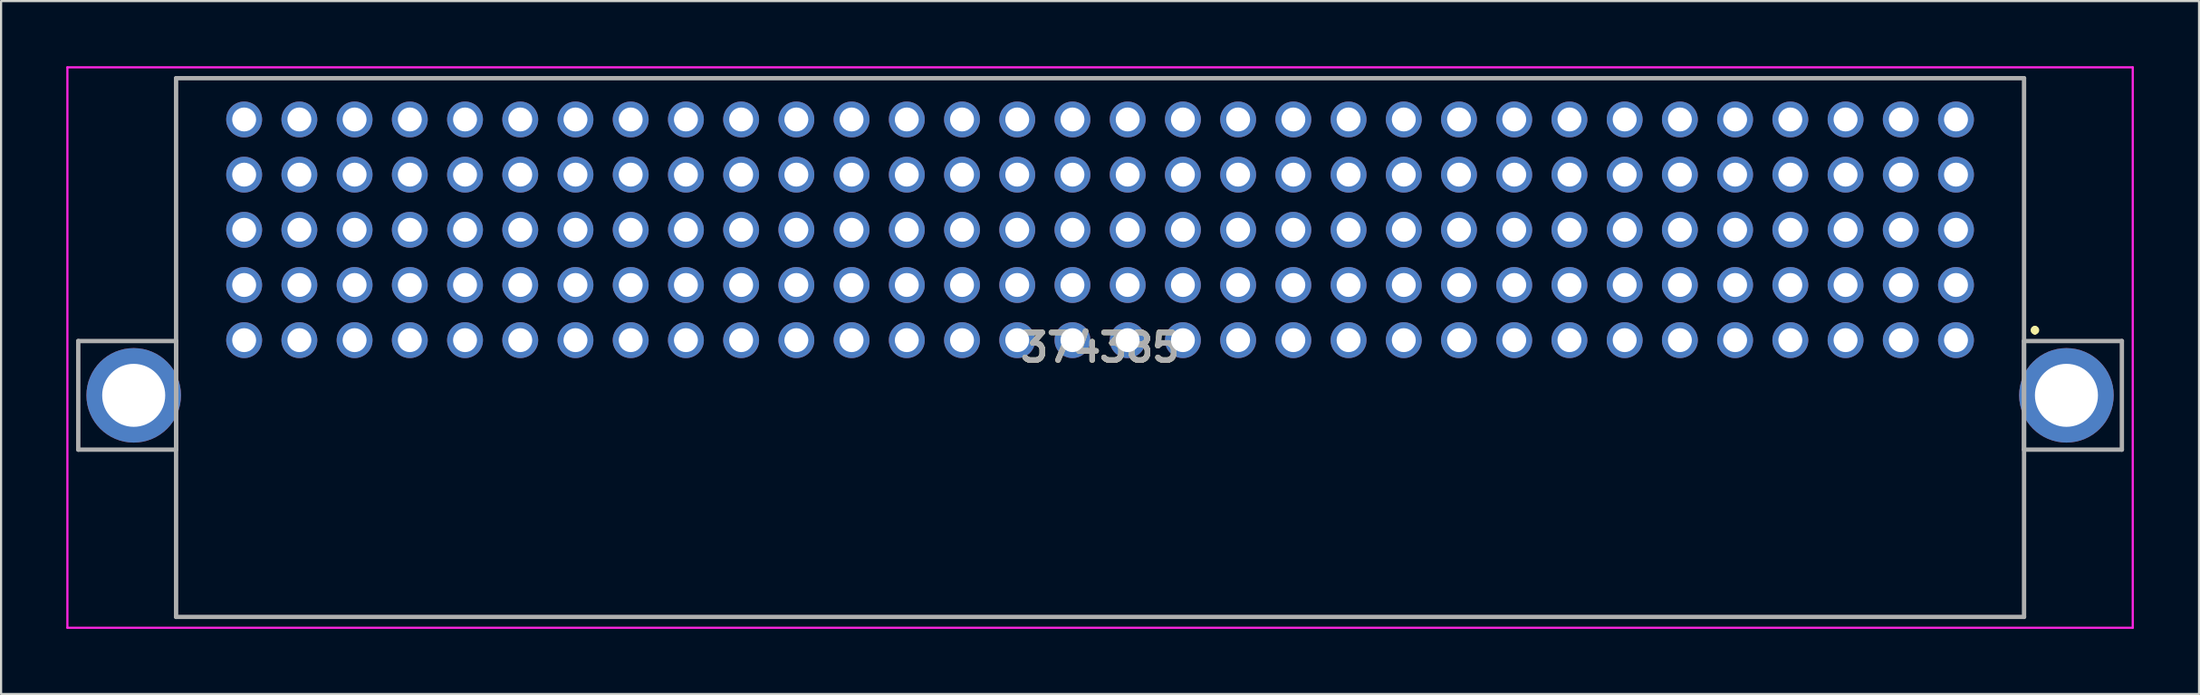
<source format=kicad_pcb>
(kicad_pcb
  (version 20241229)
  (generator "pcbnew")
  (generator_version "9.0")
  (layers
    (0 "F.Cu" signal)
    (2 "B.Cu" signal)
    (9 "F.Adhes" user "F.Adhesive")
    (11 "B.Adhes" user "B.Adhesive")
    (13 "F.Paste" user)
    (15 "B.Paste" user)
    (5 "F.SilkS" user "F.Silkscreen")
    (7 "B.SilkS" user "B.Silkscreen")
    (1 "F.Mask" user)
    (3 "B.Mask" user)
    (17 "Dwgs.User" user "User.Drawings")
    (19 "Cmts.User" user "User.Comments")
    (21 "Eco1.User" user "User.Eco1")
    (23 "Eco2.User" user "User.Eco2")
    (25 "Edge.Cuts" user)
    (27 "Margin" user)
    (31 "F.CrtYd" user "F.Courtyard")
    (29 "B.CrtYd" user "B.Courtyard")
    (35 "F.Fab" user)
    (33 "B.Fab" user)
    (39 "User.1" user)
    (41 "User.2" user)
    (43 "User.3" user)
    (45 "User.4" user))
  (footprint "374385"
    (layer "F.Cu")
    (at 86.92 12.61)
    (property "Reference" "374385" (at -39.37 0.34 0) (layer "F.SilkS") (effects (font (size 1.27 1.27) (thickness 0.254))))
    (attr through_hole)
    (fp_line (start -81.87 -12.06) (end 3.13 -12.06) (stroke (width 0.1) (type solid)) (layer "F.SilkS"))
    (fp_line (start -81.87 0) (end -81.87 -12.06) (stroke (width 0.1) (type solid)) (layer "F.SilkS"))
    (fp_line (start -81.87 5.04) (end -81.87 12.74) (stroke (width 0.1) (type solid)) (layer "F.SilkS"))
    (fp_line (start -81.87 12.74) (end 3.13 12.74) (stroke (width 0.1) (type solid)) (layer "F.SilkS"))
    (fp_line (start 3.13 -12.06) (end 3.13 0) (stroke (width 0.1) (type solid)) (layer "F.SilkS"))
    (fp_line (start 3.13 12.74) (end 3.13 5.04) (stroke (width 0.1) (type solid)) (layer "F.SilkS"))
    (fp_line (start 3.63 -0.56) (end 3.63 -0.56) (stroke (width 0.2) (type solid)) (layer "F.SilkS"))
    (fp_line (start 3.63 -0.36) (end 3.63 -0.36) (stroke (width 0.2) (type solid)) (layer "F.SilkS"))
    (fp_arc (start 3.63 -0.56) (mid 3.73 -0.46) (end 3.63 -0.36) (stroke (width 0.2) (type solid)) (layer "F.SilkS"))
    (fp_arc (start 3.63 -0.36) (mid 3.53 -0.46) (end 3.63 -0.56) (stroke (width 0.2) (type solid)) (layer "F.SilkS"))
    (fp_line (start -86.87 -12.56) (end 8.13 -12.56) (stroke (width 0.1) (type solid)) (layer "F.CrtYd"))
    (fp_line (start -86.87 13.24) (end -86.87 -12.56) (stroke (width 0.1) (type solid)) (layer "F.CrtYd"))
    (fp_line (start 8.13 -12.56) (end 8.13 13.24) (stroke (width 0.1) (type solid)) (layer "F.CrtYd"))
    (fp_line (start 8.13 13.24) (end -86.87 13.24) (stroke (width 0.1) (type solid)) (layer "F.CrtYd"))
    (fp_line (start -86.37 0.04) (end -86.37 5.04) (stroke (width 0.2) (type solid)) (layer "F.Fab"))
    (fp_line (start -86.37 5.04) (end -81.87 5.04) (stroke (width 0.2) (type solid)) (layer "F.Fab"))
    (fp_line (start -81.87 -12.06) (end 3.13 -12.06) (stroke (width 0.2) (type solid)) (layer "F.Fab"))
    (fp_line (start -81.87 0.04) (end -86.37 0.04) (stroke (width 0.2) (type solid)) (layer "F.Fab"))
    (fp_line (start -81.87 5.04) (end -81.87 0.04) (stroke (width 0.2) (type solid)) (layer "F.Fab"))
    (fp_line (start -81.87 12.74) (end -81.87 -12.06) (stroke (width 0.2) (type solid)) (layer "F.Fab"))
    (fp_line (start 3.13 -12.06) (end 3.13 12.74) (stroke (width 0.2) (type solid)) (layer "F.Fab"))
    (fp_line (start 3.13 0.04) (end 7.63 0.04) (stroke (width 0.2) (type solid)) (layer "F.Fab"))
    (fp_line (start 3.13 5.04) (end 3.13 0.04) (stroke (width 0.2) (type solid)) (layer "F.Fab"))
    (fp_line (start 3.13 12.74) (end -81.87 12.74) (stroke (width 0.2) (type solid)) (layer "F.Fab"))
    (fp_line (start 7.63 0.04) (end 7.63 5.04) (stroke (width 0.2) (type solid)) (layer "F.Fab"))
    (fp_line (start 7.63 5.04) (end 3.13 5.04) (stroke (width 0.2) (type solid)) (layer "F.Fab"))
    (fp_text user "${REFERENCE}" (at -39.37 0.34 0) (layer "F.Fab") (effects (font (size 1.27 1.27) (thickness 0.254))))
    (pad "A1" thru_hole circle (at 0 0) (size 1.65 1.65) (drill 1.1) (layers "*.Cu" "*.Mask"))
    (pad "A2" thru_hole circle (at -2.54 0) (size 1.65 1.65) (drill 1.1) (layers "*.Cu" "*.Mask"))
    (pad "A3" thru_hole circle (at -5.08 0) (size 1.65 1.65) (drill 1.1) (layers "*.Cu" "*.Mask"))
    (pad "A4" thru_hole circle (at -7.62 0) (size 1.65 1.65) (drill 1.1) (layers "*.Cu" "*.Mask"))
    (pad "A5" thru_hole circle (at -10.16 0) (size 1.65 1.65) (drill 1.1) (layers "*.Cu" "*.Mask"))
    (pad "A6" thru_hole circle (at -12.7 0) (size 1.65 1.65) (drill 1.1) (layers "*.Cu" "*.Mask"))
    (pad "A7" thru_hole circle (at -15.24 0) (size 1.65 1.65) (drill 1.1) (layers "*.Cu" "*.Mask"))
    (pad "A8" thru_hole circle (at -17.78 0) (size 1.65 1.65) (drill 1.1) (layers "*.Cu" "*.Mask"))
    (pad "A9" thru_hole circle (at -20.32 0) (size 1.65 1.65) (drill 1.1) (layers "*.Cu" "*.Mask"))
    (pad "A10" thru_hole circle (at -22.86 0) (size 1.65 1.65) (drill 1.1) (layers "*.Cu" "*.Mask"))
    (pad "A11" thru_hole circle (at -25.4 0) (size 1.65 1.65) (drill 1.1) (layers "*.Cu" "*.Mask"))
    (pad "A12" thru_hole circle (at -27.94 0) (size 1.65 1.65) (drill 1.1) (layers "*.Cu" "*.Mask"))
    (pad "A13" thru_hole circle (at -30.48 0) (size 1.65 1.65) (drill 1.1) (layers "*.Cu" "*.Mask"))
    (pad "A14" thru_hole circle (at -33.02 0) (size 1.65 1.65) (drill 1.1) (layers "*.Cu" "*.Mask"))
    (pad "A15" thru_hole circle (at -35.56 0) (size 1.65 1.65) (drill 1.1) (layers "*.Cu" "*.Mask"))
    (pad "A16" thru_hole circle (at -38.1 0) (size 1.65 1.65) (drill 1.1) (layers "*.Cu" "*.Mask"))
    (pad "A17" thru_hole circle (at -40.64 0) (size 1.65 1.65) (drill 1.1) (layers "*.Cu" "*.Mask"))
    (pad "A18" thru_hole circle (at -43.18 0) (size 1.65 1.65) (drill 1.1) (layers "*.Cu" "*.Mask"))
    (pad "A19" thru_hole circle (at -45.72 0) (size 1.65 1.65) (drill 1.1) (layers "*.Cu" "*.Mask"))
    (pad "A20" thru_hole circle (at -48.26 0) (size 1.65 1.65) (drill 1.1) (layers "*.Cu" "*.Mask"))
    (pad "A21" thru_hole circle (at -50.8 0) (size 1.65 1.65) (drill 1.1) (layers "*.Cu" "*.Mask"))
    (pad "A22" thru_hole circle (at -53.34 0) (size 1.65 1.65) (drill 1.1) (layers "*.Cu" "*.Mask"))
    (pad "A23" thru_hole circle (at -55.88 0) (size 1.65 1.65) (drill 1.1) (layers "*.Cu" "*.Mask"))
    (pad "A24" thru_hole circle (at -58.42 0) (size 1.65 1.65) (drill 1.1) (layers "*.Cu" "*.Mask"))
    (pad "A25" thru_hole circle (at -60.96 0) (size 1.65 1.65) (drill 1.1) (layers "*.Cu" "*.Mask"))
    (pad "A26" thru_hole circle (at -63.5 0) (size 1.65 1.65) (drill 1.1) (layers "*.Cu" "*.Mask"))
    (pad "A27" thru_hole circle (at -66.04 0) (size 1.65 1.65) (drill 1.1) (layers "*.Cu" "*.Mask"))
    (pad "A28" thru_hole circle (at -68.58 0) (size 1.65 1.65) (drill 1.1) (layers "*.Cu" "*.Mask"))
    (pad "A29" thru_hole circle (at -71.12 0) (size 1.65 1.65) (drill 1.1) (layers "*.Cu" "*.Mask"))
    (pad "A30" thru_hole circle (at -73.66 0) (size 1.65 1.65) (drill 1.1) (layers "*.Cu" "*.Mask"))
    (pad "A31" thru_hole circle (at -76.2 0) (size 1.65 1.65) (drill 1.1) (layers "*.Cu" "*.Mask"))
    (pad "A32" thru_hole circle (at -78.74 0) (size 1.65 1.65) (drill 1.1) (layers "*.Cu" "*.Mask"))
    (pad "B1" thru_hole circle (at 0 -2.54) (size 1.65 1.65) (drill 1.1) (layers "*.Cu" "*.Mask"))
    (pad "B2" thru_hole circle (at -2.54 -2.54) (size 1.65 1.65) (drill 1.1) (layers "*.Cu" "*.Mask"))
    (pad "B3" thru_hole circle (at -5.08 -2.54) (size 1.65 1.65) (drill 1.1) (layers "*.Cu" "*.Mask"))
    (pad "B4" thru_hole circle (at -7.62 -2.54) (size 1.65 1.65) (drill 1.1) (layers "*.Cu" "*.Mask"))
    (pad "B5" thru_hole circle (at -10.16 -2.54) (size 1.65 1.65) (drill 1.1) (layers "*.Cu" "*.Mask"))
    (pad "B6" thru_hole circle (at -12.7 -2.54) (size 1.65 1.65) (drill 1.1) (layers "*.Cu" "*.Mask"))
    (pad "B7" thru_hole circle (at -15.24 -2.54) (size 1.65 1.65) (drill 1.1) (layers "*.Cu" "*.Mask"))
    (pad "B8" thru_hole circle (at -17.78 -2.54) (size 1.65 1.65) (drill 1.1) (layers "*.Cu" "*.Mask"))
    (pad "B9" thru_hole circle (at -20.32 -2.54) (size 1.65 1.65) (drill 1.1) (layers "*.Cu" "*.Mask"))
    (pad "B10" thru_hole circle (at -22.86 -2.54) (size 1.65 1.65) (drill 1.1) (layers "*.Cu" "*.Mask"))
    (pad "B11" thru_hole circle (at -25.4 -2.54) (size 1.65 1.65) (drill 1.1) (layers "*.Cu" "*.Mask"))
    (pad "B12" thru_hole circle (at -27.94 -2.54) (size 1.65 1.65) (drill 1.1) (layers "*.Cu" "*.Mask"))
    (pad "B13" thru_hole circle (at -30.48 -2.54) (size 1.65 1.65) (drill 1.1) (layers "*.Cu" "*.Mask"))
    (pad "B14" thru_hole circle (at -33.02 -2.54) (size 1.65 1.65) (drill 1.1) (layers "*.Cu" "*.Mask"))
    (pad "B15" thru_hole circle (at -35.56 -2.54) (size 1.65 1.65) (drill 1.1) (layers "*.Cu" "*.Mask"))
    (pad "B16" thru_hole circle (at -38.1 -2.54) (size 1.65 1.65) (drill 1.1) (layers "*.Cu" "*.Mask"))
    (pad "B17" thru_hole circle (at -40.64 -2.54) (size 1.65 1.65) (drill 1.1) (layers "*.Cu" "*.Mask"))
    (pad "B18" thru_hole circle (at -43.18 -2.54) (size 1.65 1.65) (drill 1.1) (layers "*.Cu" "*.Mask"))
    (pad "B19" thru_hole circle (at -45.72 -2.54) (size 1.65 1.65) (drill 1.1) (layers "*.Cu" "*.Mask"))
    (pad "B20" thru_hole circle (at -48.26 -2.54) (size 1.65 1.65) (drill 1.1) (layers "*.Cu" "*.Mask"))
    (pad "B21" thru_hole circle (at -50.8 -2.54) (size 1.65 1.65) (drill 1.1) (layers "*.Cu" "*.Mask"))
    (pad "B22" thru_hole circle (at -53.34 -2.54) (size 1.65 1.65) (drill 1.1) (layers "*.Cu" "*.Mask"))
    (pad "B23" thru_hole circle (at -55.88 -2.54) (size 1.65 1.65) (drill 1.1) (layers "*.Cu" "*.Mask"))
    (pad "B24" thru_hole circle (at -58.42 -2.54) (size 1.65 1.65) (drill 1.1) (layers "*.Cu" "*.Mask"))
    (pad "B25" thru_hole circle (at -60.96 -2.54) (size 1.65 1.65) (drill 1.1) (layers "*.Cu" "*.Mask"))
    (pad "B26" thru_hole circle (at -63.5 -2.54) (size 1.65 1.65) (drill 1.1) (layers "*.Cu" "*.Mask"))
    (pad "B27" thru_hole circle (at -66.04 -2.54) (size 1.65 1.65) (drill 1.1) (layers "*.Cu" "*.Mask"))
    (pad "B28" thru_hole circle (at -68.58 -2.54) (size 1.65 1.65) (drill 1.1) (layers "*.Cu" "*.Mask"))
    (pad "B29" thru_hole circle (at -71.12 -2.54) (size 1.65 1.65) (drill 1.1) (layers "*.Cu" "*.Mask"))
    (pad "B30" thru_hole circle (at -73.66 -2.54) (size 1.65 1.65) (drill 1.1) (layers "*.Cu" "*.Mask"))
    (pad "B31" thru_hole circle (at -76.2 -2.54) (size 1.65 1.65) (drill 1.1) (layers "*.Cu" "*.Mask"))
    (pad "B32" thru_hole circle (at -78.74 -2.54) (size 1.65 1.65) (drill 1.1) (layers "*.Cu" "*.Mask"))
    (pad "C1" thru_hole circle (at 0 -5.08) (size 1.65 1.65) (drill 1.1) (layers "*.Cu" "*.Mask"))
    (pad "C2" thru_hole circle (at -2.54 -5.08) (size 1.65 1.65) (drill 1.1) (layers "*.Cu" "*.Mask"))
    (pad "C3" thru_hole circle (at -5.08 -5.08) (size 1.65 1.65) (drill 1.1) (layers "*.Cu" "*.Mask"))
    (pad "C4" thru_hole circle (at -7.62 -5.08) (size 1.65 1.65) (drill 1.1) (layers "*.Cu" "*.Mask"))
    (pad "C5" thru_hole circle (at -10.16 -5.08) (size 1.65 1.65) (drill 1.1) (layers "*.Cu" "*.Mask"))
    (pad "C6" thru_hole circle (at -12.7 -5.08) (size 1.65 1.65) (drill 1.1) (layers "*.Cu" "*.Mask"))
    (pad "C7" thru_hole circle (at -15.24 -5.08) (size 1.65 1.65) (drill 1.1) (layers "*.Cu" "*.Mask"))
    (pad "C8" thru_hole circle (at -17.78 -5.08) (size 1.65 1.65) (drill 1.1) (layers "*.Cu" "*.Mask"))
    (pad "C9" thru_hole circle (at -20.32 -5.08) (size 1.65 1.65) (drill 1.1) (layers "*.Cu" "*.Mask"))
    (pad "C10" thru_hole circle (at -22.86 -5.08) (size 1.65 1.65) (drill 1.1) (layers "*.Cu" "*.Mask"))
    (pad "C11" thru_hole circle (at -25.4 -5.08) (size 1.65 1.65) (drill 1.1) (layers "*.Cu" "*.Mask"))
    (pad "C12" thru_hole circle (at -27.94 -5.08) (size 1.65 1.65) (drill 1.1) (layers "*.Cu" "*.Mask"))
    (pad "C13" thru_hole circle (at -30.48 -5.08) (size 1.65 1.65) (drill 1.1) (layers "*.Cu" "*.Mask"))
    (pad "C14" thru_hole circle (at -33.02 -5.08) (size 1.65 1.65) (drill 1.1) (layers "*.Cu" "*.Mask"))
    (pad "C15" thru_hole circle (at -35.56 -5.08) (size 1.65 1.65) (drill 1.1) (layers "*.Cu" "*.Mask"))
    (pad "C16" thru_hole circle (at -38.1 -5.08) (size 1.65 1.65) (drill 1.1) (layers "*.Cu" "*.Mask"))
    (pad "C17" thru_hole circle (at -40.64 -5.08) (size 1.65 1.65) (drill 1.1) (layers "*.Cu" "*.Mask"))
    (pad "C18" thru_hole circle (at -43.18 -5.08) (size 1.65 1.65) (drill 1.1) (layers "*.Cu" "*.Mask"))
    (pad "C19" thru_hole circle (at -45.72 -5.08) (size 1.65 1.65) (drill 1.1) (layers "*.Cu" "*.Mask"))
    (pad "C20" thru_hole circle (at -48.26 -5.08) (size 1.65 1.65) (drill 1.1) (layers "*.Cu" "*.Mask"))
    (pad "C21" thru_hole circle (at -50.8 -5.08) (size 1.65 1.65) (drill 1.1) (layers "*.Cu" "*.Mask"))
    (pad "C22" thru_hole circle (at -53.34 -5.08) (size 1.65 1.65) (drill 1.1) (layers "*.Cu" "*.Mask"))
    (pad "C23" thru_hole circle (at -55.88 -5.08) (size 1.65 1.65) (drill 1.1) (layers "*.Cu" "*.Mask"))
    (pad "C24" thru_hole circle (at -58.42 -5.08) (size 1.65 1.65) (drill 1.1) (layers "*.Cu" "*.Mask"))
    (pad "C25" thru_hole circle (at -60.96 -5.08) (size 1.65 1.65) (drill 1.1) (layers "*.Cu" "*.Mask"))
    (pad "C26" thru_hole circle (at -63.5 -5.08) (size 1.65 1.65) (drill 1.1) (layers "*.Cu" "*.Mask"))
    (pad "C27" thru_hole circle (at -66.04 -5.08) (size 1.65 1.65) (drill 1.1) (layers "*.Cu" "*.Mask"))
    (pad "C28" thru_hole circle (at -68.58 -5.08) (size 1.65 1.65) (drill 1.1) (layers "*.Cu" "*.Mask"))
    (pad "C29" thru_hole circle (at -71.12 -5.08) (size 1.65 1.65) (drill 1.1) (layers "*.Cu" "*.Mask"))
    (pad "C30" thru_hole circle (at -73.66 -5.08) (size 1.65 1.65) (drill 1.1) (layers "*.Cu" "*.Mask"))
    (pad "C31" thru_hole circle (at -76.2 -5.08) (size 1.65 1.65) (drill 1.1) (layers "*.Cu" "*.Mask"))
    (pad "C32" thru_hole circle (at -78.74 -5.08) (size 1.65 1.65) (drill 1.1) (layers "*.Cu" "*.Mask"))
    (pad "D1" thru_hole circle (at 0 -7.62) (size 1.65 1.65) (drill 1.1) (layers "*.Cu" "*.Mask"))
    (pad "D2" thru_hole circle (at -2.54 -7.62) (size 1.65 1.65) (drill 1.1) (layers "*.Cu" "*.Mask"))
    (pad "D3" thru_hole circle (at -5.08 -7.62) (size 1.65 1.65) (drill 1.1) (layers "*.Cu" "*.Mask"))
    (pad "D4" thru_hole circle (at -7.62 -7.62) (size 1.65 1.65) (drill 1.1) (layers "*.Cu" "*.Mask"))
    (pad "D5" thru_hole circle (at -10.16 -7.62) (size 1.65 1.65) (drill 1.1) (layers "*.Cu" "*.Mask"))
    (pad "D6" thru_hole circle (at -12.7 -7.62) (size 1.65 1.65) (drill 1.1) (layers "*.Cu" "*.Mask"))
    (pad "D7" thru_hole circle (at -15.24 -7.62) (size 1.65 1.65) (drill 1.1) (layers "*.Cu" "*.Mask"))
    (pad "D8" thru_hole circle (at -17.78 -7.62) (size 1.65 1.65) (drill 1.1) (layers "*.Cu" "*.Mask"))
    (pad "D9" thru_hole circle (at -20.32 -7.62) (size 1.65 1.65) (drill 1.1) (layers "*.Cu" "*.Mask"))
    (pad "D10" thru_hole circle (at -22.86 -7.62) (size 1.65 1.65) (drill 1.1) (layers "*.Cu" "*.Mask"))
    (pad "D11" thru_hole circle (at -25.4 -7.62) (size 1.65 1.65) (drill 1.1) (layers "*.Cu" "*.Mask"))
    (pad "D12" thru_hole circle (at -27.94 -7.62) (size 1.65 1.65) (drill 1.1) (layers "*.Cu" "*.Mask"))
    (pad "D13" thru_hole circle (at -30.48 -7.62) (size 1.65 1.65) (drill 1.1) (layers "*.Cu" "*.Mask"))
    (pad "D14" thru_hole circle (at -33.02 -7.62) (size 1.65 1.65) (drill 1.1) (layers "*.Cu" "*.Mask"))
    (pad "D15" thru_hole circle (at -35.56 -7.62) (size 1.65 1.65) (drill 1.1) (layers "*.Cu" "*.Mask"))
    (pad "D16" thru_hole circle (at -38.1 -7.62) (size 1.65 1.65) (drill 1.1) (layers "*.Cu" "*.Mask"))
    (pad "D17" thru_hole circle (at -40.64 -7.62) (size 1.65 1.65) (drill 1.1) (layers "*.Cu" "*.Mask"))
    (pad "D18" thru_hole circle (at -43.18 -7.62) (size 1.65 1.65) (drill 1.1) (layers "*.Cu" "*.Mask"))
    (pad "D19" thru_hole circle (at -45.72 -7.62) (size 1.65 1.65) (drill 1.1) (layers "*.Cu" "*.Mask"))
    (pad "D20" thru_hole circle (at -48.26 -7.62) (size 1.65 1.65) (drill 1.1) (layers "*.Cu" "*.Mask"))
    (pad "D21" thru_hole circle (at -50.8 -7.62) (size 1.65 1.65) (drill 1.1) (layers "*.Cu" "*.Mask"))
    (pad "D22" thru_hole circle (at -53.34 -7.62) (size 1.65 1.65) (drill 1.1) (layers "*.Cu" "*.Mask"))
    (pad "D23" thru_hole circle (at -55.88 -7.62) (size 1.65 1.65) (drill 1.1) (layers "*.Cu" "*.Mask"))
    (pad "D24" thru_hole circle (at -58.42 -7.62) (size 1.65 1.65) (drill 1.1) (layers "*.Cu" "*.Mask"))
    (pad "D25" thru_hole circle (at -60.96 -7.62) (size 1.65 1.65) (drill 1.1) (layers "*.Cu" "*.Mask"))
    (pad "D26" thru_hole circle (at -63.5 -7.62) (size 1.65 1.65) (drill 1.1) (layers "*.Cu" "*.Mask"))
    (pad "D27" thru_hole circle (at -66.04 -7.62) (size 1.65 1.65) (drill 1.1) (layers "*.Cu" "*.Mask"))
    (pad "D28" thru_hole circle (at -68.58 -7.62) (size 1.65 1.65) (drill 1.1) (layers "*.Cu" "*.Mask"))
    (pad "D29" thru_hole circle (at -71.12 -7.62) (size 1.65 1.65) (drill 1.1) (layers "*.Cu" "*.Mask"))
    (pad "D30" thru_hole circle (at -73.66 -7.62) (size 1.65 1.65) (drill 1.1) (layers "*.Cu" "*.Mask"))
    (pad "D31" thru_hole circle (at -76.2 -7.62) (size 1.65 1.65) (drill 1.1) (layers "*.Cu" "*.Mask"))
    (pad "D32" thru_hole circle (at -78.74 -7.62) (size 1.65 1.65) (drill 1.1) (layers "*.Cu" "*.Mask"))
    (pad "E1" thru_hole circle (at 0 -10.16) (size 1.65 1.65) (drill 1.1) (layers "*.Cu" "*.Mask"))
    (pad "E2" thru_hole circle (at -2.54 -10.16) (size 1.65 1.65) (drill 1.1) (layers "*.Cu" "*.Mask"))
    (pad "E3" thru_hole circle (at -5.08 -10.16) (size 1.65 1.65) (drill 1.1) (layers "*.Cu" "*.Mask"))
    (pad "E4" thru_hole circle (at -7.62 -10.16) (size 1.65 1.65) (drill 1.1) (layers "*.Cu" "*.Mask"))
    (pad "E5" thru_hole circle (at -10.16 -10.16) (size 1.65 1.65) (drill 1.1) (layers "*.Cu" "*.Mask"))
    (pad "E6" thru_hole circle (at -12.7 -10.16) (size 1.65 1.65) (drill 1.1) (layers "*.Cu" "*.Mask"))
    (pad "E7" thru_hole circle (at -15.24 -10.16) (size 1.65 1.65) (drill 1.1) (layers "*.Cu" "*.Mask"))
    (pad "E8" thru_hole circle (at -17.78 -10.16) (size 1.65 1.65) (drill 1.1) (layers "*.Cu" "*.Mask"))
    (pad "E9" thru_hole circle (at -20.32 -10.16) (size 1.65 1.65) (drill 1.1) (layers "*.Cu" "*.Mask"))
    (pad "E10" thru_hole circle (at -22.86 -10.16) (size 1.65 1.65) (drill 1.1) (layers "*.Cu" "*.Mask"))
    (pad "E11" thru_hole circle (at -25.4 -10.16) (size 1.65 1.65) (drill 1.1) (layers "*.Cu" "*.Mask"))
    (pad "E12" thru_hole circle (at -27.94 -10.16) (size 1.65 1.65) (drill 1.1) (layers "*.Cu" "*.Mask"))
    (pad "E13" thru_hole circle (at -30.48 -10.16) (size 1.65 1.65) (drill 1.1) (layers "*.Cu" "*.Mask"))
    (pad "E14" thru_hole circle (at -33.02 -10.16) (size 1.65 1.65) (drill 1.1) (layers "*.Cu" "*.Mask"))
    (pad "E15" thru_hole circle (at -35.56 -10.16) (size 1.65 1.65) (drill 1.1) (layers "*.Cu" "*.Mask"))
    (pad "E16" thru_hole circle (at -38.1 -10.16) (size 1.65 1.65) (drill 1.1) (layers "*.Cu" "*.Mask"))
    (pad "E17" thru_hole circle (at -40.64 -10.16) (size 1.65 1.65) (drill 1.1) (layers "*.Cu" "*.Mask"))
    (pad "E18" thru_hole circle (at -43.18 -10.16) (size 1.65 1.65) (drill 1.1) (layers "*.Cu" "*.Mask"))
    (pad "E19" thru_hole circle (at -45.72 -10.16) (size 1.65 1.65) (drill 1.1) (layers "*.Cu" "*.Mask"))
    (pad "E20" thru_hole circle (at -48.26 -10.16) (size 1.65 1.65) (drill 1.1) (layers "*.Cu" "*.Mask"))
    (pad "E21" thru_hole circle (at -50.8 -10.16) (size 1.65 1.65) (drill 1.1) (layers "*.Cu" "*.Mask"))
    (pad "E22" thru_hole circle (at -53.34 -10.16) (size 1.65 1.65) (drill 1.1) (layers "*.Cu" "*.Mask"))
    (pad "E23" thru_hole circle (at -55.88 -10.16) (size 1.65 1.65) (drill 1.1) (layers "*.Cu" "*.Mask"))
    (pad "E24" thru_hole circle (at -58.42 -10.16) (size 1.65 1.65) (drill 1.1) (layers "*.Cu" "*.Mask"))
    (pad "E25" thru_hole circle (at -60.96 -10.16) (size 1.65 1.65) (drill 1.1) (layers "*.Cu" "*.Mask"))
    (pad "E26" thru_hole circle (at -63.5 -10.16) (size 1.65 1.65) (drill 1.1) (layers "*.Cu" "*.Mask"))
    (pad "E27" thru_hole circle (at -66.04 -10.16) (size 1.65 1.65) (drill 1.1) (layers "*.Cu" "*.Mask"))
    (pad "E28" thru_hole circle (at -68.58 -10.16) (size 1.65 1.65) (drill 1.1) (layers "*.Cu" "*.Mask"))
    (pad "E29" thru_hole circle (at -71.12 -10.16) (size 1.65 1.65) (drill 1.1) (layers "*.Cu" "*.Mask"))
    (pad "E30" thru_hole circle (at -73.66 -10.16) (size 1.65 1.65) (drill 1.1) (layers "*.Cu" "*.Mask"))
    (pad "E31" thru_hole circle (at -76.2 -10.16) (size 1.65 1.65) (drill 1.1) (layers "*.Cu" "*.Mask"))
    (pad "E32" thru_hole circle (at -78.74 -10.16) (size 1.65 1.65) (drill 1.1) (layers "*.Cu" "*.Mask"))
    (pad "MH1" thru_hole circle (at 5.08 2.54) (size 4.35 4.35) (drill 2.9) (layers "*.Cu" "*.Mask"))
    (pad "MH2" thru_hole circle (at -83.82 2.54) (size 4.35 4.35) (drill 2.9) (layers "*.Cu" "*.Mask")))
  (gr_rect
    (start -3 -3)
    (end 98.1 28.9)
    (stroke (width 0.1) (type default))
    (fill no)
    (layer "Edge.Cuts")))
</source>
